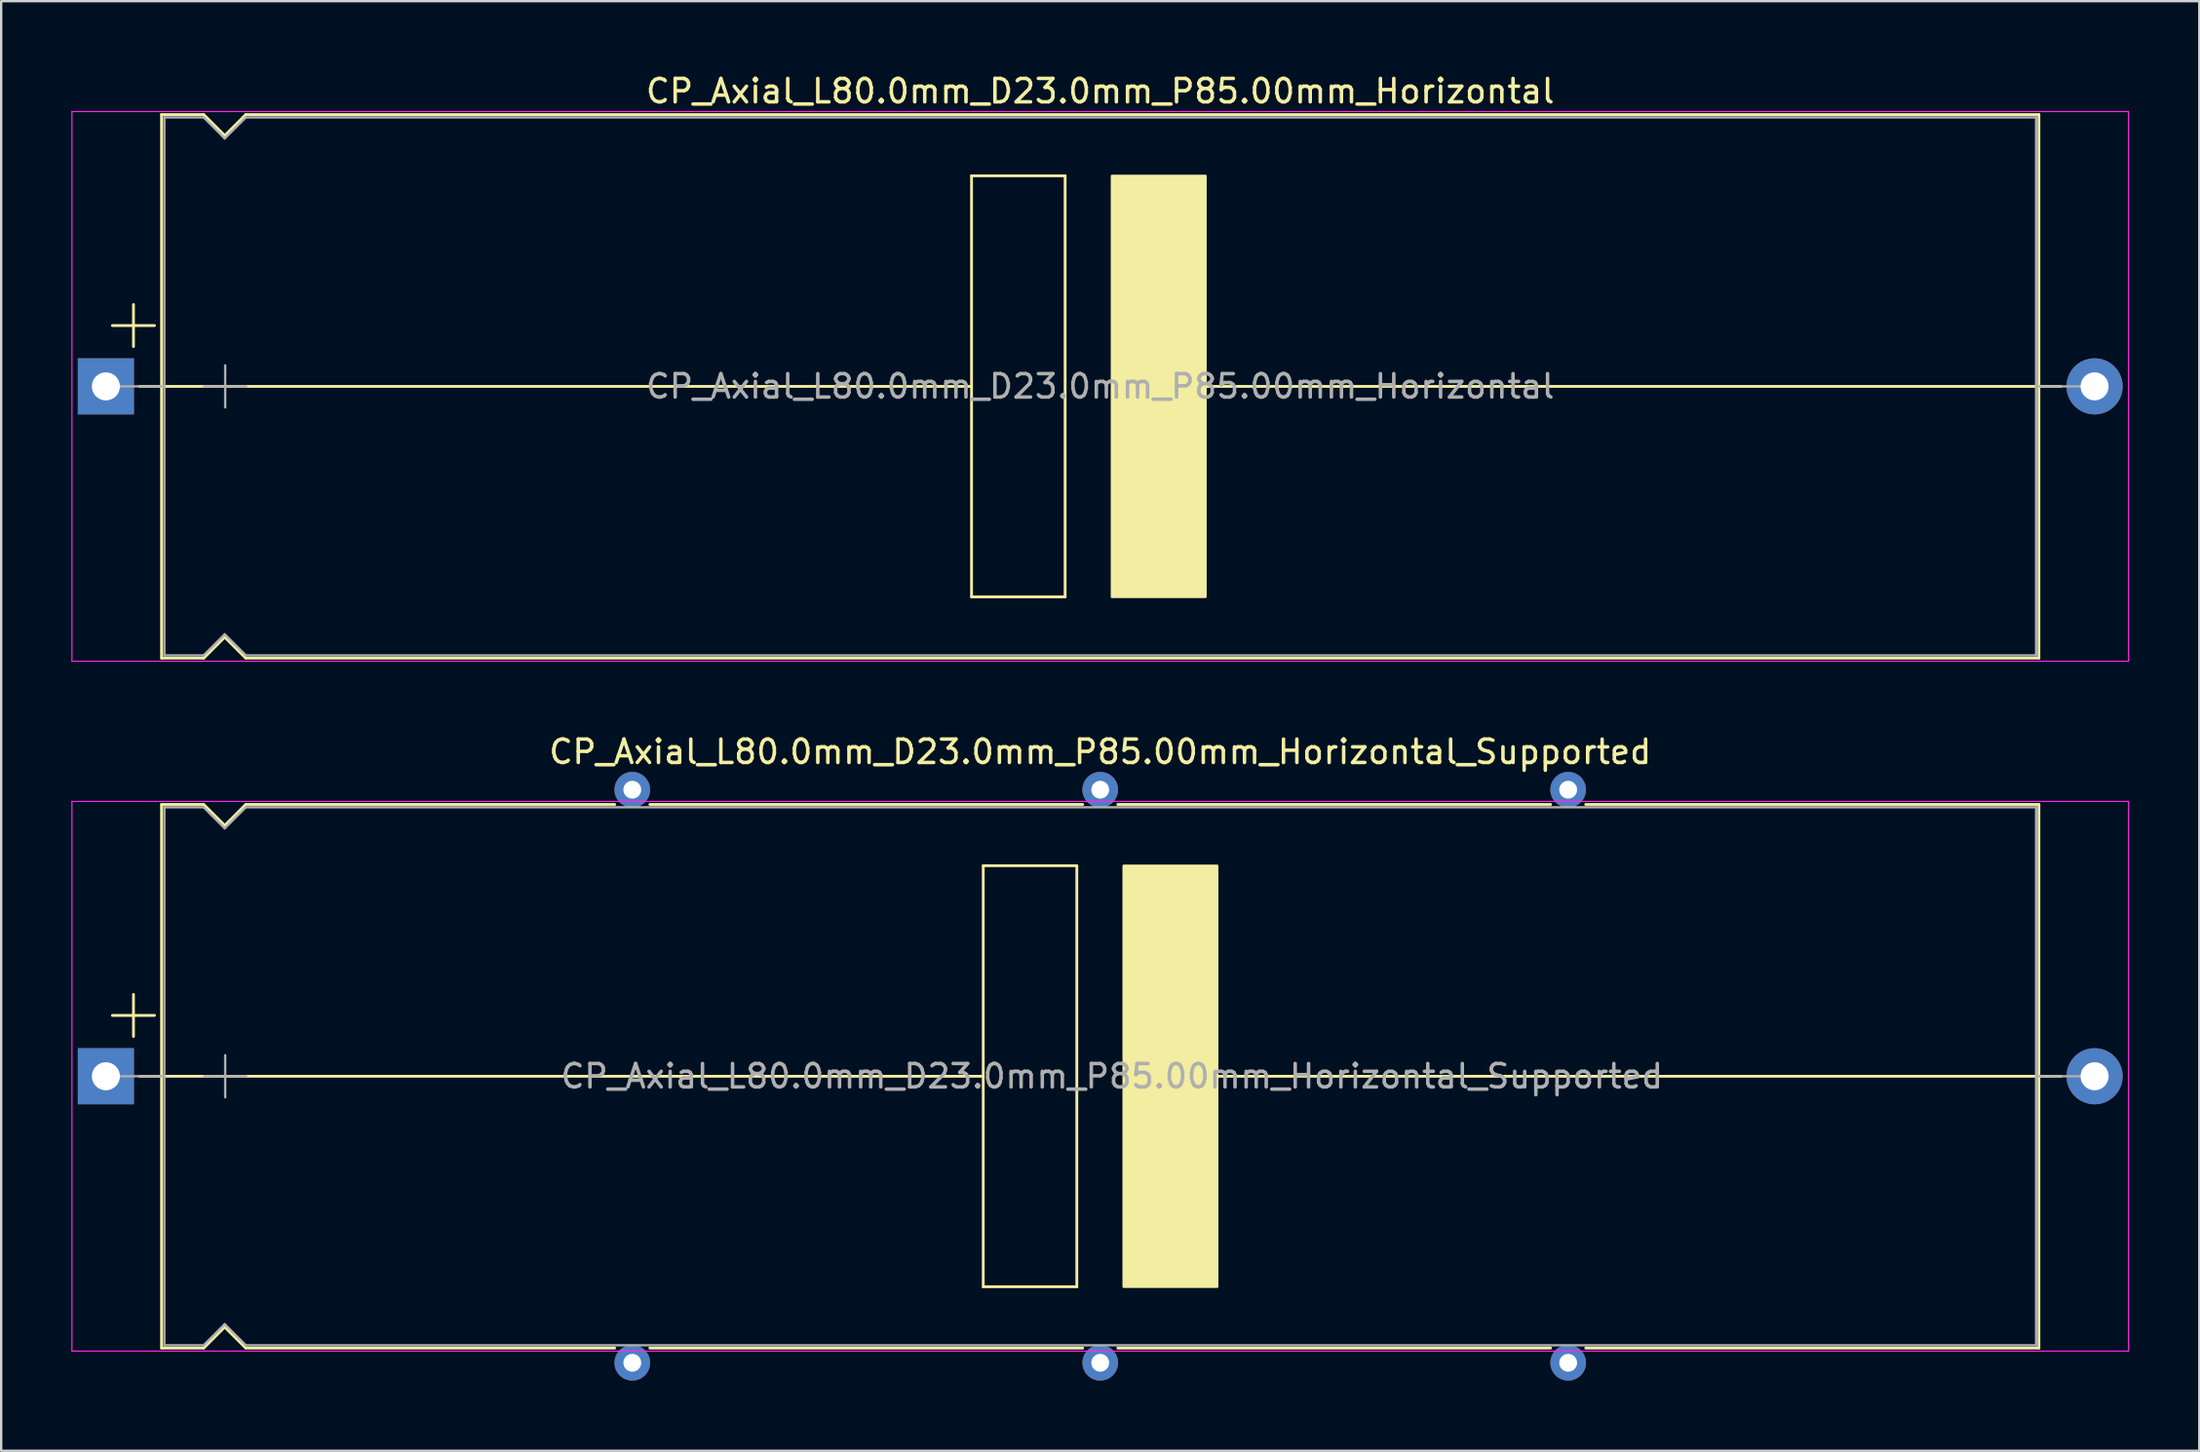
<source format=kicad_pcb>
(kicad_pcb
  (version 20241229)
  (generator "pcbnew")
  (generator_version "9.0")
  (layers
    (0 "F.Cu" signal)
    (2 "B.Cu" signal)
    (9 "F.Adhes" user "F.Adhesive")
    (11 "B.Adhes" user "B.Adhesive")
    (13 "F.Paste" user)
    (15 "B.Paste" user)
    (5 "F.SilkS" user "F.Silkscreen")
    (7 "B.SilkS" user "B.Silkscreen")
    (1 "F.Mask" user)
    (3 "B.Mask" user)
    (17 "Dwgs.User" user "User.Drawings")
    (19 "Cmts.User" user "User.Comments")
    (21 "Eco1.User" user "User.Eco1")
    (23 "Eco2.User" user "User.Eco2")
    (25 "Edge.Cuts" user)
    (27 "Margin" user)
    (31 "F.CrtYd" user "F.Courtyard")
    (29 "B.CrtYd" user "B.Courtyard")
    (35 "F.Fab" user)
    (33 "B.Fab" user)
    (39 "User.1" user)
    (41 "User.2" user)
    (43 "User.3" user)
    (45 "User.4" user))
  (footprint "CP_Axial_L80.0mm_D23.0mm_P85.00mm_Horizontal"
    (layer "F.Cu")
    (at 1.475 13.468)
    (property "Reference" "CP_Axial_L80.0mm_D23.0mm_P85.00mm_Horizontal" (at 42.5 -12.62 0) (layer "F.SilkS") (effects (font (size 1 1) (thickness 0.15))))
    (attr through_hole)
    (fp_line (start 0.28 -2.6) (end 2.08 -2.6) (stroke (width 0.12) (type solid)) (layer "F.SilkS"))
    (fp_line (start 1.18 -3.5) (end 1.18 -1.7) (stroke (width 0.12) (type solid)) (layer "F.SilkS"))
    (fp_line (start 1.44 0) (end 2.38 0) (stroke (width 0.12) (type solid)) (layer "F.SilkS"))
    (fp_line (start 2.38 -11.62) (end 2.38 11.62) (stroke (width 0.12) (type solid)) (layer "F.SilkS"))
    (fp_line (start 2.38 -11.62) (end 4.18 -11.62) (stroke (width 0.12) (type solid)) (layer "F.SilkS"))
    (fp_line (start 2.38 0) (end 37 0) (stroke (width 0.12) (type solid)) (layer "F.SilkS"))
    (fp_line (start 2.38 11.62) (end 4.18 11.62) (stroke (width 0.12) (type solid)) (layer "F.SilkS"))
    (fp_line (start 4.18 -11.62) (end 5.08 -10.72) (stroke (width 0.12) (type solid)) (layer "F.SilkS"))
    (fp_line (start 4.18 11.62) (end 5.08 10.72) (stroke (width 0.12) (type solid)) (layer "F.SilkS"))
    (fp_line (start 5.08 -10.72) (end 5.98 -11.62) (stroke (width 0.12) (type solid)) (layer "F.SilkS"))
    (fp_line (start 5.08 10.72) (end 5.98 11.62) (stroke (width 0.12) (type solid)) (layer "F.SilkS"))
    (fp_line (start 5.98 -11.62) (end 82.62 -11.62) (stroke (width 0.12) (type solid)) (layer "F.SilkS"))
    (fp_line (start 5.98 11.62) (end 82.62 11.62) (stroke (width 0.12) (type solid)) (layer "F.SilkS"))
    (fp_line (start 37 -9) (end 41 -9) (stroke (width 0.12) (type solid)) (layer "F.SilkS"))
    (fp_line (start 37 9) (end 37 -9) (stroke (width 0.12) (type solid)) (layer "F.SilkS"))
    (fp_line (start 41 -9) (end 41 9) (stroke (width 0.12) (type solid)) (layer "F.SilkS"))
    (fp_line (start 41 9) (end 37 9) (stroke (width 0.12) (type solid)) (layer "F.SilkS"))
    (fp_line (start 47 0) (end 82.62 0) (stroke (width 0.12) (type solid)) (layer "F.SilkS"))
    (fp_line (start 82.62 -11.62) (end 82.62 11.62) (stroke (width 0.12) (type solid)) (layer "F.SilkS"))
    (fp_line (start 83.56 0) (end 82.62 0) (stroke (width 0.12) (type solid)) (layer "F.SilkS"))
    (fp_poly (pts (xy 47 9) (xy 43 9) (xy 43 -9) (xy 47 -9)) (stroke (width 0.1) (type solid)) (fill yes) (layer "F.SilkS"))
    (fp_line (start -1.45 -11.75) (end -1.45 11.75) (stroke (width 0.05) (type solid)) (layer "F.CrtYd"))
    (fp_line (start -1.45 11.75) (end 86.45 11.75) (stroke (width 0.05) (type solid)) (layer "F.CrtYd"))
    (fp_line (start 86.45 -11.75) (end -1.45 -11.75) (stroke (width 0.05) (type solid)) (layer "F.CrtYd"))
    (fp_line (start 86.45 11.75) (end 86.45 -11.75) (stroke (width 0.05) (type solid)) (layer "F.CrtYd"))
    (fp_line (start 0 0) (end 2.5 0) (stroke (width 0.1) (type solid)) (layer "F.Fab"))
    (fp_line (start 2.5 -11.5) (end 2.5 11.5) (stroke (width 0.1) (type solid)) (layer "F.Fab"))
    (fp_line (start 2.5 -11.5) (end 4.18 -11.5) (stroke (width 0.1) (type solid)) (layer "F.Fab"))
    (fp_line (start 2.5 11.5) (end 4.18 11.5) (stroke (width 0.1) (type solid)) (layer "F.Fab"))
    (fp_line (start 4.18 -11.5) (end 5.08 -10.6) (stroke (width 0.1) (type solid)) (layer "F.Fab"))
    (fp_line (start 4.18 11.5) (end 5.08 10.6) (stroke (width 0.1) (type solid)) (layer "F.Fab"))
    (fp_line (start 4.2 0) (end 6 0) (stroke (width 0.1) (type solid)) (layer "F.Fab"))
    (fp_line (start 5.08 -10.6) (end 5.98 -11.5) (stroke (width 0.1) (type solid)) (layer "F.Fab"))
    (fp_line (start 5.08 10.6) (end 5.98 11.5) (stroke (width 0.1) (type solid)) (layer "F.Fab"))
    (fp_line (start 5.1 -0.9) (end 5.1 0.9) (stroke (width 0.1) (type solid)) (layer "F.Fab"))
    (fp_line (start 5.98 -11.5) (end 82.5 -11.5) (stroke (width 0.1) (type solid)) (layer "F.Fab"))
    (fp_line (start 5.98 11.5) (end 82.5 11.5) (stroke (width 0.1) (type solid)) (layer "F.Fab"))
    (fp_line (start 82.5 -11.5) (end 82.5 11.5) (stroke (width 0.1) (type solid)) (layer "F.Fab"))
    (fp_line (start 85 0) (end 82.5 0) (stroke (width 0.1) (type solid)) (layer "F.Fab"))
    (fp_text user "${REFERENCE}" (at 42.5 0 0) (layer "F.Fab") (effects (font (size 1 1) (thickness 0.15))))
    (pad "1" thru_hole rect (at 0 0) (size 2.4 2.4) (drill 1.2) (layers "*.Cu" "*.Mask"))
    (pad "2" thru_hole oval (at 85 0) (size 2.4 2.4) (drill 1.2) (layers "*.Cu" "*.Mask")))
  (footprint "CP_Axial_L80.0mm_D23.0mm_P85.00mm_Horizontal_Supported"
    (layer "F.Cu")
    (at 1.475 42.962)
    (property "Reference" "CP_Axial_L80.0mm_D23.0mm_P85.00mm_Horizontal_Supported" (at 42.5 -13.87 0) (layer "F.SilkS") (effects (font (size 1 1) (thickness 0.15))))
    (attr through_hole)
    (fp_line (start 0.28 -2.6) (end 2.08 -2.6) (stroke (width 0.12) (type solid)) (layer "F.SilkS"))
    (fp_line (start 1.18 -3.5) (end 1.18 -1.7) (stroke (width 0.12) (type solid)) (layer "F.SilkS"))
    (fp_line (start 1.44 0) (end 2.38 0) (stroke (width 0.12) (type solid)) (layer "F.SilkS"))
    (fp_line (start 2.38 -11.62) (end 2.38 11.62) (stroke (width 0.12) (type solid)) (layer "F.SilkS"))
    (fp_line (start 2.38 -11.62) (end 4.18 -11.62) (stroke (width 0.12) (type solid)) (layer "F.SilkS"))
    (fp_line (start 2.38 0) (end 37.5 0) (stroke (width 0.12) (type solid)) (layer "F.SilkS"))
    (fp_line (start 2.38 11.62) (end 4.18 11.62) (stroke (width 0.12) (type solid)) (layer "F.SilkS"))
    (fp_line (start 4.18 -11.62) (end 5.08 -10.72) (stroke (width 0.12) (type solid)) (layer "F.SilkS"))
    (fp_line (start 4.18 11.62) (end 5.08 10.72) (stroke (width 0.12) (type solid)) (layer "F.SilkS"))
    (fp_line (start 5.08 -10.72) (end 5.98 -11.62) (stroke (width 0.12) (type solid)) (layer "F.SilkS"))
    (fp_line (start 5.08 10.72) (end 5.98 11.62) (stroke (width 0.12) (type solid)) (layer "F.SilkS"))
    (fp_line (start 5.98 -11.62) (end 21.75 -11.62) (stroke (width 0.12) (type solid)) (layer "F.SilkS"))
    (fp_line (start 5.98 11.62) (end 21.75 11.62) (stroke (width 0.12) (type solid)) (layer "F.SilkS"))
    (fp_line (start 23.25 -11.62) (end 41.75 -11.62) (stroke (width 0.12) (type solid)) (layer "F.SilkS"))
    (fp_line (start 23.25 11.62) (end 41.75 11.62) (stroke (width 0.12) (type solid)) (layer "F.SilkS"))
    (fp_line (start 37.5 -9) (end 41.5 -9) (stroke (width 0.12) (type solid)) (layer "F.SilkS"))
    (fp_line (start 37.5 9) (end 37.5 -9) (stroke (width 0.12) (type solid)) (layer "F.SilkS"))
    (fp_line (start 41.5 -9) (end 41.5 9) (stroke (width 0.12) (type solid)) (layer "F.SilkS"))
    (fp_line (start 41.5 9) (end 37.5 9) (stroke (width 0.12) (type solid)) (layer "F.SilkS"))
    (fp_line (start 43.25 -11.62) (end 61.75 -11.62) (stroke (width 0.12) (type solid)) (layer "F.SilkS"))
    (fp_line (start 43.25 11.62) (end 61.75 11.62) (stroke (width 0.12) (type solid)) (layer "F.SilkS"))
    (fp_line (start 47 0) (end 82.62 0) (stroke (width 0.12) (type solid)) (layer "F.SilkS"))
    (fp_line (start 63.25 -11.62) (end 82.62 -11.62) (stroke (width 0.12) (type solid)) (layer "F.SilkS"))
    (fp_line (start 63.25 11.62) (end 82.62 11.62) (stroke (width 0.12) (type solid)) (layer "F.SilkS"))
    (fp_line (start 82.62 -11.62) (end 82.62 11.62) (stroke (width 0.12) (type solid)) (layer "F.SilkS"))
    (fp_line (start 83.56 0) (end 82.62 0) (stroke (width 0.12) (type solid)) (layer "F.SilkS"))
    (fp_poly (pts (xy 47.5 9) (xy 43.5 9) (xy 43.5 -9) (xy 47.5 -9)) (stroke (width 0.1) (type solid)) (fill yes) (layer "F.SilkS"))
    (fp_line (start -1.45 -11.75) (end -1.45 11.75) (stroke (width 0.05) (type solid)) (layer "F.CrtYd"))
    (fp_line (start -1.45 11.75) (end 86.45 11.75) (stroke (width 0.05) (type solid)) (layer "F.CrtYd"))
    (fp_line (start 86.45 -11.75) (end -1.45 -11.75) (stroke (width 0.05) (type solid)) (layer "F.CrtYd"))
    (fp_line (start 86.45 11.75) (end 86.45 -11.75) (stroke (width 0.05) (type solid)) (layer "F.CrtYd"))
    (fp_line (start 0 0) (end 2.5 0) (stroke (width 0.1) (type solid)) (layer "F.Fab"))
    (fp_line (start 2.5 -11.5) (end 2.5 11.5) (stroke (width 0.1) (type solid)) (layer "F.Fab"))
    (fp_line (start 2.5 -11.5) (end 4.18 -11.5) (stroke (width 0.1) (type solid)) (layer "F.Fab"))
    (fp_line (start 2.5 11.5) (end 4.18 11.5) (stroke (width 0.1) (type solid)) (layer "F.Fab"))
    (fp_line (start 4.18 -11.5) (end 5.08 -10.6) (stroke (width 0.1) (type solid)) (layer "F.Fab"))
    (fp_line (start 4.18 11.5) (end 5.08 10.6) (stroke (width 0.1) (type solid)) (layer "F.Fab"))
    (fp_line (start 4.2 0) (end 6 0) (stroke (width 0.1) (type solid)) (layer "F.Fab"))
    (fp_line (start 5.08 -10.6) (end 5.98 -11.5) (stroke (width 0.1) (type solid)) (layer "F.Fab"))
    (fp_line (start 5.08 10.6) (end 5.98 11.5) (stroke (width 0.1) (type solid)) (layer "F.Fab"))
    (fp_line (start 5.1 -0.9) (end 5.1 0.9) (stroke (width 0.1) (type solid)) (layer "F.Fab"))
    (fp_line (start 5.98 -11.5) (end 82.5 -11.5) (stroke (width 0.1) (type solid)) (layer "F.Fab"))
    (fp_line (start 5.98 11.5) (end 82.5 11.5) (stroke (width 0.1) (type solid)) (layer "F.Fab"))
    (fp_line (start 82.5 -11.5) (end 82.5 11.5) (stroke (width 0.1) (type solid)) (layer "F.Fab"))
    (fp_line (start 85 0) (end 82.5 0) (stroke (width 0.1) (type solid)) (layer "F.Fab"))
    (fp_text user "${REFERENCE}" (at 43 0 0) (layer "F.Fab") (effects (font (size 1 1) (thickness 0.15))))
    (pad "" thru_hole circle (at 22.5 -12.25) (size 1.524 1.524) (drill 0.762) (layers "*.Cu" "*.Mask"))
    (pad "" thru_hole circle (at 22.5 12.25) (size 1.524 1.524) (drill 0.762) (layers "*.Cu" "*.Mask"))
    (pad "" thru_hole circle (at 42.5 -12.25) (size 1.524 1.524) (drill 0.762) (layers "*.Cu" "*.Mask"))
    (pad "" thru_hole circle (at 42.5 12.25) (size 1.524 1.524) (drill 0.762) (layers "*.Cu" "*.Mask"))
    (pad "" thru_hole circle (at 62.5 -12.25) (size 1.524 1.524) (drill 0.762) (layers "*.Cu" "*.Mask"))
    (pad "" thru_hole circle (at 62.5 12.25) (size 1.524 1.524) (drill 0.762) (layers "*.Cu" "*.Mask"))
    (pad "1" thru_hole rect (at 0 0) (size 2.4 2.4) (drill 1.2) (layers "*.Cu" "*.Mask"))
    (pad "2" thru_hole oval (at 85 0) (size 2.4 2.4) (drill 1.2) (layers "*.Cu" "*.Mask")))
  (gr_rect
    (start -3 -3)
    (end 90.95 58.974)
    (stroke (width 0.1) (type default))
    (fill no)
    (layer "Edge.Cuts")))
</source>
